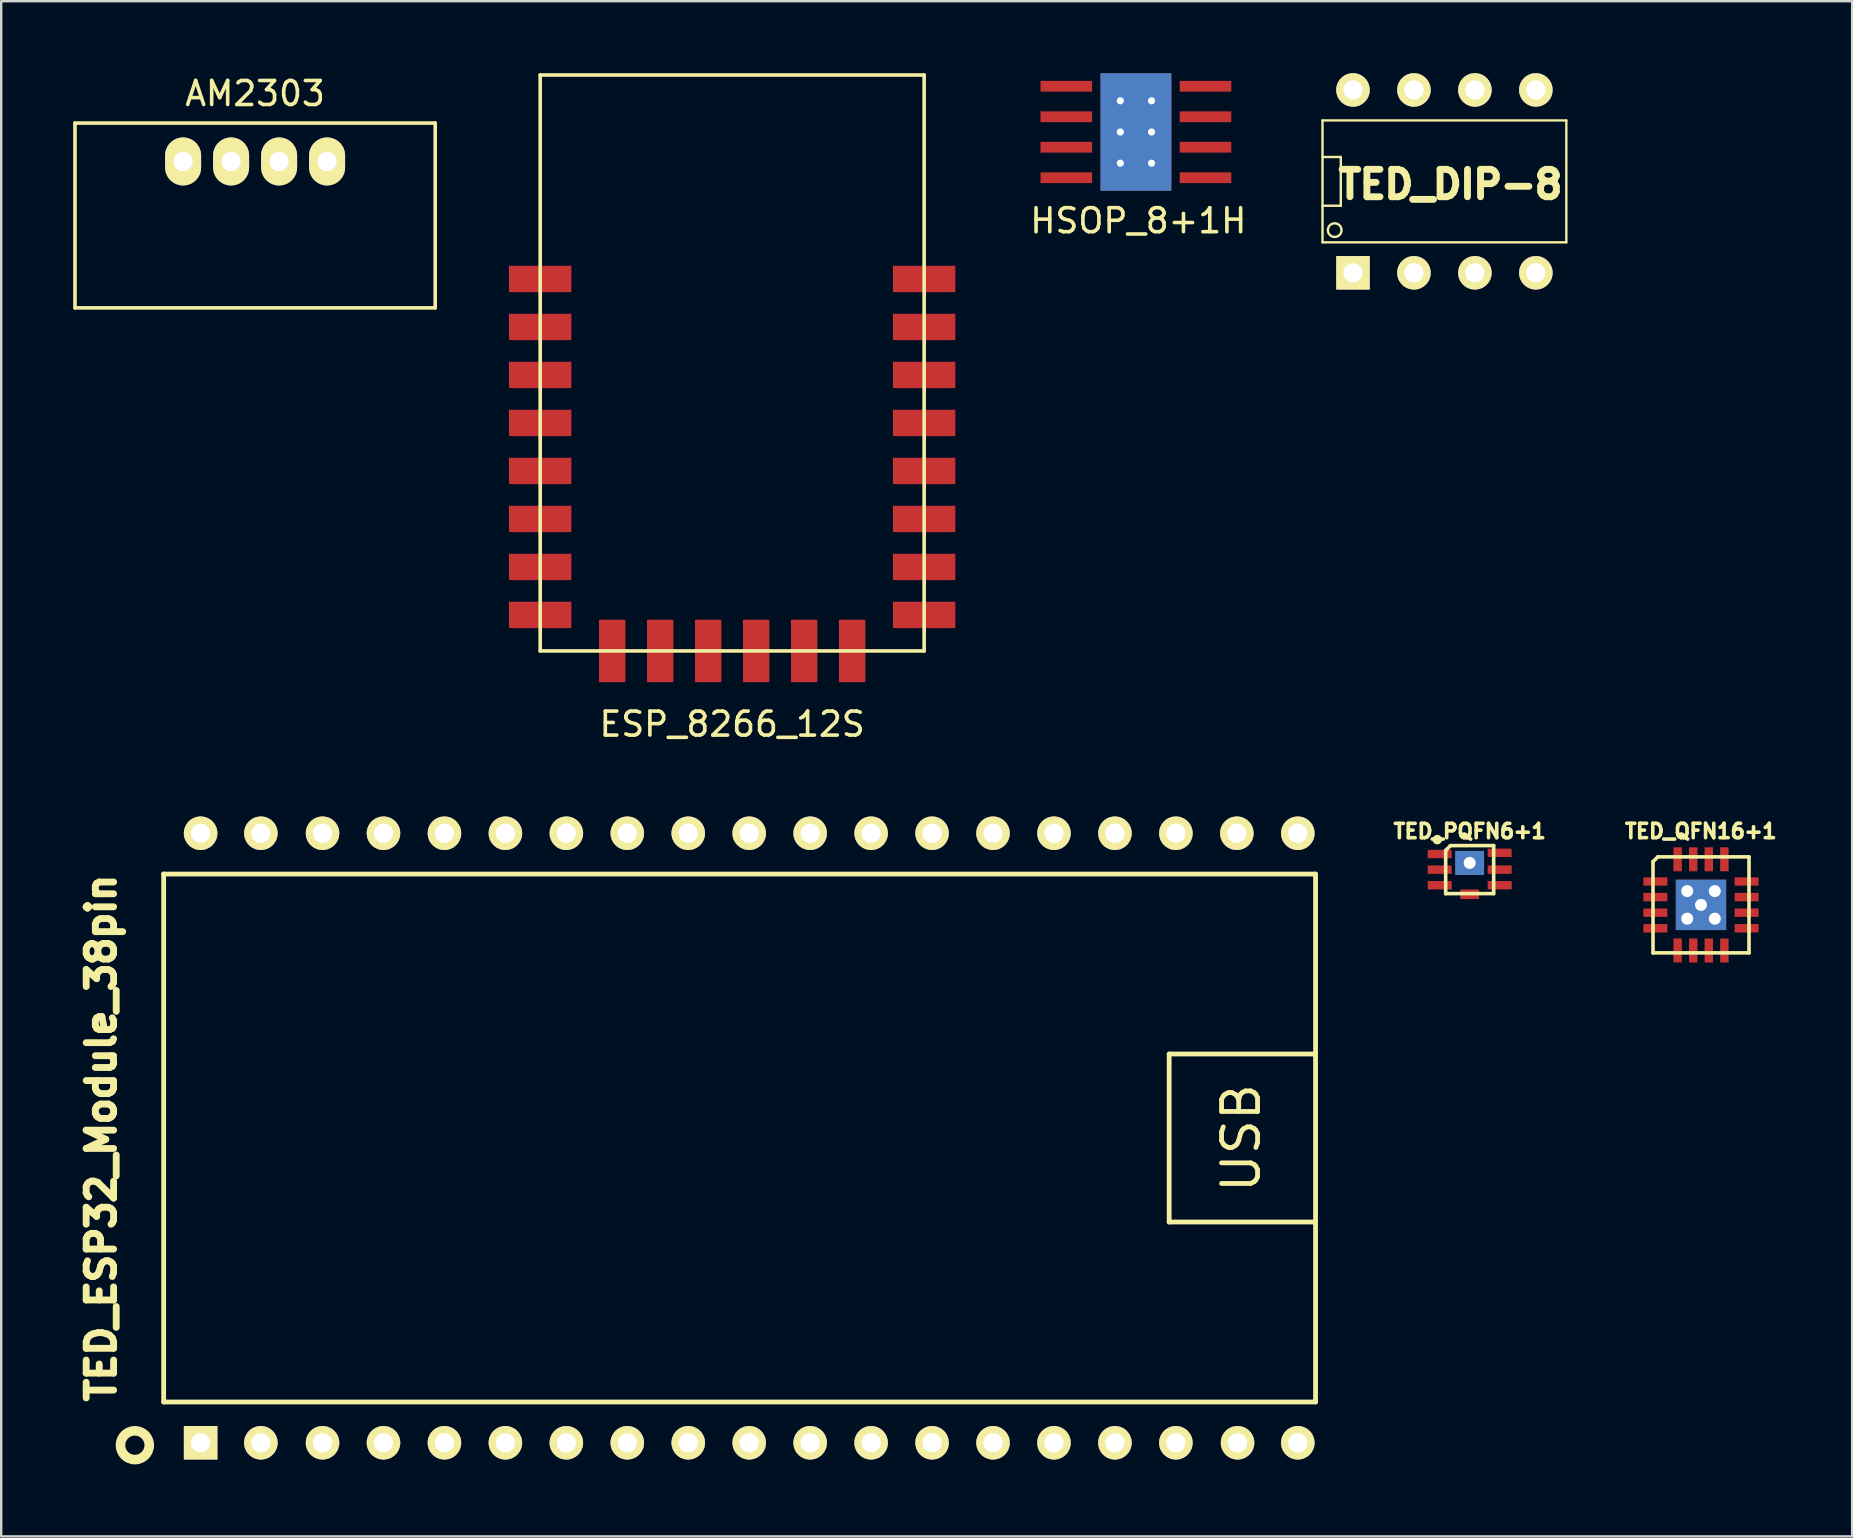
<source format=kicad_pcb>
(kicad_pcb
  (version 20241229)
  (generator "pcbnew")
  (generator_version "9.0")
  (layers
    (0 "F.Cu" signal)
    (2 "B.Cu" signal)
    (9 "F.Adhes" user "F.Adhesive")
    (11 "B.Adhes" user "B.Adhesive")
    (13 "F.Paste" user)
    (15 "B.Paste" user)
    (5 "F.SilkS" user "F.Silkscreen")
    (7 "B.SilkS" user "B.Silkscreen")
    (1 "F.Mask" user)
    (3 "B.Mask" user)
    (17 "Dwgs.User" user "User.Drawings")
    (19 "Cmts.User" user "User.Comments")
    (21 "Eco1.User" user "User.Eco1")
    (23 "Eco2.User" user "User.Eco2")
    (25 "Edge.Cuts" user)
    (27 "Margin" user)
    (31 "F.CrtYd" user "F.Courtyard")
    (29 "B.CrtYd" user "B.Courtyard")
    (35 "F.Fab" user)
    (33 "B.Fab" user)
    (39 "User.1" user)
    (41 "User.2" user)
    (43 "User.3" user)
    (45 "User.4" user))
  (footprint "TED_ESP32_Module_38pin"
    (layer "F.Cu")
    (at 28.17 44.372)
    (property "Reference" "TED_ESP32_Module_38pin" (at -27 0 90) (layer "F.SilkS") (effects (font (size 1.143 1.143) (thickness 0.286))))
    (attr through_hole)
    (fp_line (start -24.4 -11) (end 23.6 -11) (stroke (width 0.2) (type solid)) (layer "F.SilkS"))
    (fp_line (start -24.4 11) (end -24.4 -11) (stroke (width 0.2) (type solid)) (layer "F.SilkS"))
    (fp_line (start 17.5 -3.5) (end 17.5 3.5) (stroke (width 0.2) (type solid)) (layer "F.SilkS"))
    (fp_line (start 17.5 3.5) (end 23.5 3.5) (stroke (width 0.2) (type solid)) (layer "F.SilkS"))
    (fp_line (start 23.5 -3.5) (end 17.5 -3.5) (stroke (width 0.2) (type solid)) (layer "F.SilkS"))
    (fp_line (start 23.6 -11) (end 23.6 11) (stroke (width 0.2) (type solid)) (layer "F.SilkS"))
    (fp_line (start 23.6 11) (end -24.4 11) (stroke (width 0.2) (type solid)) (layer "F.SilkS"))
    (fp_circle (center -25.6 12.8) (end -25 12.8) (stroke (width 0.4) (type solid)) (fill no) (layer "F.SilkS"))
    (fp_text user "USB" (at 20.5 0 90) (layer "F.SilkS") (effects (font (size 1.5 1.5) (thickness 0.2))))
    (pad "1" thru_hole rect (at -22.86 12.7) (size 1.397 1.397) (drill 0.8) (layers "*.Cu" "*.Mask" "F.SilkS"))
    (pad "2" thru_hole circle (at -20.35 12.7) (size 1.397 1.397) (drill 0.8) (layers "*.Cu" "*.Mask" "F.SilkS"))
    (pad "3" thru_hole circle (at -17.78 12.7) (size 1.397 1.397) (drill 0.8) (layers "*.Cu" "*.Mask" "F.SilkS"))
    (pad "4" thru_hole circle (at -15.24 12.7) (size 1.397 1.397) (drill 0.8) (layers "*.Cu" "*.Mask" "F.SilkS"))
    (pad "5" thru_hole circle (at -12.7 12.7) (size 1.397 1.397) (drill 0.8) (layers "*.Cu" "*.Mask" "F.SilkS"))
    (pad "6" thru_hole circle (at -10.16 12.7) (size 1.397 1.397) (drill 0.8) (layers "*.Cu" "*.Mask" "F.SilkS"))
    (pad "7" thru_hole circle (at -7.62 12.7) (size 1.397 1.397) (drill 0.8) (layers "*.Cu" "*.Mask" "F.SilkS"))
    (pad "8" thru_hole circle (at -5.08 12.7) (size 1.397 1.397) (drill 0.8) (layers "*.Cu" "*.Mask" "F.SilkS"))
    (pad "9" thru_hole circle (at -2.54 12.7) (size 1.397 1.397) (drill 0.8) (layers "*.Cu" "*.Mask" "F.SilkS"))
    (pad "10" thru_hole circle (at 0 12.7) (size 1.397 1.397) (drill 0.8) (layers "*.Cu" "*.Mask" "F.SilkS"))
    (pad "11" thru_hole circle (at 2.54 12.7) (size 1.397 1.397) (drill 0.8) (layers "*.Cu" "*.Mask" "F.SilkS"))
    (pad "12" thru_hole circle (at 5.08 12.7) (size 1.397 1.397) (drill 0.8) (layers "*.Cu" "*.Mask" "F.SilkS"))
    (pad "13" thru_hole circle (at 7.62 12.7) (size 1.397 1.397) (drill 0.8) (layers "*.Cu" "*.Mask" "F.SilkS"))
    (pad "14" thru_hole circle (at 10.16 12.7) (size 1.397 1.397) (drill 0.8) (layers "*.Cu" "*.Mask" "F.SilkS"))
    (pad "15" thru_hole circle (at 12.7 12.7) (size 1.397 1.397) (drill 0.8) (layers "*.Cu" "*.Mask" "F.SilkS"))
    (pad "16" thru_hole circle (at 15.24 12.7) (size 1.397 1.397) (drill 0.8) (layers "*.Cu" "*.Mask" "F.SilkS"))
    (pad "17" thru_hole circle (at 17.78 12.7) (size 1.397 1.397) (drill 0.8) (layers "*.Cu" "*.Mask" "F.SilkS"))
    (pad "18" thru_hole circle (at 20.35 12.7) (size 1.397 1.397) (drill 0.8) (layers "*.Cu" "*.Mask" "F.SilkS"))
    (pad "19" thru_hole circle (at 22.86 12.7) (size 1.397 1.397) (drill 0.8) (layers "*.Cu" "*.Mask" "F.SilkS"))
    (pad "20" thru_hole circle (at 22.86 -12.7) (size 1.397 1.397) (drill 0.8) (layers "*.Cu" "*.Mask" "F.SilkS"))
    (pad "21" thru_hole circle (at 20.32 -12.7) (size 1.397 1.397) (drill 0.8) (layers "*.Cu" "*.Mask" "F.SilkS"))
    (pad "22" thru_hole circle (at 17.78 -12.7) (size 1.397 1.397) (drill 0.8) (layers "*.Cu" "*.Mask" "F.SilkS"))
    (pad "23" thru_hole circle (at 15.24 -12.7) (size 1.397 1.397) (drill 0.8) (layers "*.Cu" "*.Mask" "F.SilkS"))
    (pad "24" thru_hole circle (at 12.7 -12.7) (size 1.397 1.397) (drill 0.8) (layers "*.Cu" "*.Mask" "F.SilkS"))
    (pad "25" thru_hole circle (at 10.16 -12.7) (size 1.397 1.397) (drill 0.8) (layers "*.Cu" "*.Mask" "F.SilkS"))
    (pad "26" thru_hole circle (at 7.62 -12.7) (size 1.397 1.397) (drill 0.8) (layers "*.Cu" "*.Mask" "F.SilkS"))
    (pad "27" thru_hole circle (at 5.08 -12.7) (size 1.397 1.397) (drill 0.8) (layers "*.Cu" "*.Mask" "F.SilkS"))
    (pad "28" thru_hole circle (at 2.54 -12.7) (size 1.397 1.397) (drill 0.8) (layers "*.Cu" "*.Mask" "F.SilkS"))
    (pad "29" thru_hole circle (at 0 -12.7) (size 1.397 1.397) (drill 0.8) (layers "*.Cu" "*.Mask" "F.SilkS"))
    (pad "30" thru_hole circle (at -2.54 -12.7) (size 1.397 1.397) (drill 0.8) (layers "*.Cu" "*.Mask" "F.SilkS"))
    (pad "31" thru_hole circle (at -5.08 -12.7) (size 1.397 1.397) (drill 0.8) (layers "*.Cu" "*.Mask" "F.SilkS"))
    (pad "32" thru_hole circle (at -7.62 -12.7) (size 1.397 1.397) (drill 0.8) (layers "*.Cu" "*.Mask" "F.SilkS"))
    (pad "33" thru_hole circle (at -10.16 -12.7) (size 1.397 1.397) (drill 0.8) (layers "*.Cu" "*.Mask" "F.SilkS"))
    (pad "34" thru_hole circle (at -12.7 -12.7) (size 1.397 1.397) (drill 0.8) (layers "*.Cu" "*.Mask" "F.SilkS"))
    (pad "35" thru_hole circle (at -15.24 -12.7) (size 1.397 1.397) (drill 0.8) (layers "*.Cu" "*.Mask" "F.SilkS"))
    (pad "36" thru_hole circle (at -17.78 -12.7) (size 1.397 1.397) (drill 0.8) (layers "*.Cu" "*.Mask" "F.SilkS"))
    (pad "37" thru_hole circle (at -20.35 -12.7) (size 1.397 1.397) (drill 0.8) (layers "*.Cu" "*.Mask" "F.SilkS"))
    (pad "38" thru_hole circle (at -22.86 -12.7) (size 1.397 1.397) (drill 0.8) (layers "*.Cu" "*.Mask" "F.SilkS")))
  (footprint "HSOP_8+1H"
    (layer "F.Cu")
    (at 44.285 2.45)
    (property "Reference" "HSOP_8+1H" (at 0.1 3.7 0) (layer "F.SilkS") (effects (font (size 1 1) (thickness 0.15))))
    (attr through_hole)
    (pad "1" smd rect (at -2.9 -1.905) (size 2.15 0.45) (layers "F.Cu" "F.Mask" "F.Paste"))
    (pad "2" smd rect (at -2.9 -0.635) (size 2.15 0.45) (layers "F.Cu" "F.Mask" "F.Paste"))
    (pad "3" smd rect (at -2.9 0.635) (size 2.15 0.45) (layers "F.Cu" "F.Mask" "F.Paste"))
    (pad "4" smd rect (at -2.9 1.905) (size 2.15 0.45) (layers "F.Cu" "F.Mask" "F.Paste"))
    (pad "5" smd rect (at 2.9 1.905) (size 2.15 0.45) (layers "F.Cu" "F.Mask" "F.Paste"))
    (pad "6" smd rect (at 2.9 0.635) (size 2.15 0.45) (layers "F.Cu" "F.Mask" "F.Paste"))
    (pad "7" smd rect (at 2.9 -0.635) (size 2.15 0.45) (layers "F.Cu" "F.Mask" "F.Paste"))
    (pad "8" smd rect (at 2.9 -1.905) (size 2.15 0.45) (layers "F.Cu" "F.Mask" "F.Paste"))
    (pad "9" thru_hole circle (at -0.65 -1.3) (size 0.3 0.3) (drill 0.3) (layers "*.Cu" "*.Mask"))
    (pad "9" thru_hole circle (at -0.65 0) (size 0.3 0.3) (drill 0.3) (layers "*.Cu" "*.Mask"))
    (pad "9" thru_hole circle (at -0.65 1.3) (size 0.3 0.3) (drill 0.3) (layers "*.Cu" "*.Mask"))
    (pad "9" smd rect (at 0 0) (size 2.4 3.1) (layers "F.Cu" "F.Mask" "F.Paste"))
    (pad "9" smd rect (at 0 0) (size 2.4 3.1) (layers "B.Cu" "B.Mask" "B.Paste"))
    (pad "9" smd rect (at 0 0) (size 2.95 4.9) (layers "F.Cu"))
    (pad "9" smd rect (at 0 0) (size 2.95 4.9) (layers "B.Cu"))
    (pad "9" thru_hole circle (at 0.65 -1.3) (size 0.3 0.3) (drill 0.3) (layers "*.Cu" "*.Mask"))
    (pad "9" thru_hole circle (at 0.65 0) (size 0.3 0.3) (drill 0.3) (layers "*.Cu" "*.Mask"))
    (pad "9" thru_hole circle (at 0.65 1.3) (size 0.3 0.3) (drill 0.3) (layers "*.Cu" "*.Mask")))
  (footprint "AM2303"
    (layer "F.Cu")
    (at 7.58 5.928)
    (property "Reference" "AM2303" (at 0 -5.08 0) (layer "F.SilkS") (effects (font (size 1 1) (thickness 0.15))))
    (attr through_hole)
    (fp_line (start -7.505 3.85) (end -7.505 -3.85) (stroke (width 0.15) (type solid)) (layer "F.SilkS"))
    (fp_line (start 7.505 -3.85) (end -7.505 -3.85) (stroke (width 0.15) (type solid)) (layer "F.SilkS"))
    (fp_line (start 7.505 -3.85) (end 7.505 3.85) (stroke (width 0.15) (type solid)) (layer "F.SilkS"))
    (fp_line (start 7.505 3.85) (end -7.505 3.85) (stroke (width 0.15) (type solid)) (layer "F.SilkS"))
    (pad "1" thru_hole oval (at -3 -2.25 90) (size 2 1.5) (drill 0.8) (layers "*.Cu" "*.Mask" "F.SilkS"))
    (pad "2" thru_hole oval (at -1 -2.25 90) (size 2 1.5) (drill 0.8) (layers "*.Cu" "*.Mask" "F.SilkS"))
    (pad "3" thru_hole oval (at 1 -2.25 90) (size 2 1.5) (drill 0.8) (layers "*.Cu" "*.Mask" "F.SilkS"))
    (pad "4" thru_hole oval (at 3 -2.25 90) (size 2 1.5) (drill 0.8) (layers "*.Cu" "*.Mask" "F.SilkS")))
  (footprint "ESP_8266_12S"
    (layer "F.Cu")
    (at 27.46 12.075)
    (property "Reference" "ESP_8266_12S" (at 0 15.05 0) (layer "F.SilkS") (effects (font (size 1 1) (thickness 0.15))))
    (attr through_hole)
    (fp_line (start -8 -12) (end -8 12) (stroke (width 0.15) (type solid)) (layer "F.SilkS"))
    (fp_line (start -8 -12) (end 8 -12) (stroke (width 0.15) (type solid)) (layer "F.SilkS"))
    (fp_line (start -8 12) (end 8 12) (stroke (width 0.15) (type solid)) (layer "F.SilkS"))
    (fp_line (start 8 -12) (end 8 12) (stroke (width 0.15) (type solid)) (layer "F.SilkS"))
    (pad "1" smd rect (at -8 -3.5) (size 2.6 1.1) (layers "F.Cu" "F.Mask" "F.Paste"))
    (pad "2" smd rect (at -8 -1.5) (size 2.6 1.1) (layers "F.Cu" "F.Mask" "F.Paste"))
    (pad "3" smd rect (at -8 0.5) (size 2.6 1.1) (layers "F.Cu" "F.Mask" "F.Paste"))
    (pad "4" smd rect (at -8 2.5) (size 2.6 1.1) (layers "F.Cu" "F.Mask" "F.Paste"))
    (pad "5" smd rect (at -8 4.5) (size 2.6 1.1) (layers "F.Cu" "F.Mask" "F.Paste"))
    (pad "6" smd rect (at -8 6.5) (size 2.6 1.1) (layers "F.Cu" "F.Mask" "F.Paste"))
    (pad "7" smd rect (at -8 8.5) (size 2.6 1.1) (layers "F.Cu" "F.Mask" "F.Paste"))
    (pad "8" smd rect (at -8 10.5) (size 2.6 1.1) (layers "F.Cu" "F.Mask" "F.Paste"))
    (pad "9" smd rect (at -5 12) (size 1.1 2.6) (layers "F.Cu" "F.Mask" "F.Paste"))
    (pad "10" smd rect (at -3 12) (size 1.1 2.6) (layers "F.Cu" "F.Mask" "F.Paste"))
    (pad "11" smd rect (at -1 12) (size 1.1 2.6) (layers "F.Cu" "F.Mask" "F.Paste"))
    (pad "12" smd rect (at 1 12) (size 1.1 2.6) (layers "F.Cu" "F.Mask" "F.Paste"))
    (pad "13" smd rect (at 3 12) (size 1.1 2.6) (layers "F.Cu" "F.Mask" "F.Paste"))
    (pad "14" smd rect (at 5 12) (size 1.1 2.6) (layers "F.Cu" "F.Mask" "F.Paste"))
    (pad "15" smd rect (at 8 10.5) (size 2.6 1.1) (layers "F.Cu" "F.Mask" "F.Paste"))
    (pad "16" smd rect (at 8 8.5) (size 2.6 1.1) (layers "F.Cu" "F.Mask" "F.Paste"))
    (pad "17" smd rect (at 8 6.5) (size 2.6 1.1) (layers "F.Cu" "F.Mask" "F.Paste"))
    (pad "18" smd rect (at 8 4.5) (size 2.6 1.1) (layers "F.Cu" "F.Mask" "F.Paste"))
    (pad "19" smd rect (at 8 2.5) (size 2.6 1.1) (layers "F.Cu" "F.Mask" "F.Paste"))
    (pad "20" smd rect (at 8 0.5) (size 2.6 1.1) (layers "F.Cu" "F.Mask" "F.Paste"))
    (pad "21" smd rect (at 8 -1.5) (size 2.6 1.1) (layers "F.Cu" "F.Mask" "F.Paste"))
    (pad "22" smd rect (at 8 -3.5) (size 2.6 1.1) (layers "F.Cu" "F.Mask" "F.Paste")))
  (footprint "TED_QFN16+1"
    (layer "F.Cu")
    (at 67.832 34.657)
    (property "Reference" "TED_QFN16+1" (at -0.01 -3.07 0) (layer "F.SilkS") (effects (font (size 0.6 0.6) (thickness 0.15))))
    (attr through_hole)
    (fp_line (start -2 -1.8) (end -2 2) (stroke (width 0.15) (type solid)) (layer "F.SilkS"))
    (fp_line (start -1.8 -2) (end -2 -1.8) (stroke (width 0.15) (type solid)) (layer "F.SilkS"))
    (fp_line (start -1.8 -2) (end 2 -2) (stroke (width 0.15) (type solid)) (layer "F.SilkS"))
    (fp_line (start 2 -2) (end 2 2) (stroke (width 0.15) (type solid)) (layer "F.SilkS"))
    (fp_line (start 2 2) (end -2 2) (stroke (width 0.15) (type solid)) (layer "F.SilkS"))
    (pad "1" smd rect (at -1.9 -0.975) (size 1 0.35) (layers "F.Cu" "F.Mask" "F.Paste"))
    (pad "2" smd rect (at -1.9 -0.325) (size 1 0.35) (layers "F.Cu" "F.Mask" "F.Paste"))
    (pad "3" smd rect (at -1.9 0.325) (size 1 0.35) (layers "F.Cu" "F.Mask" "F.Paste"))
    (pad "4" smd rect (at -1.9 0.975) (size 1 0.35) (layers "F.Cu" "F.Mask" "F.Paste"))
    (pad "5" smd rect (at -0.975 1.9 270) (size 1 0.35) (layers "F.Cu" "F.Mask" "F.Paste"))
    (pad "6" smd rect (at -0.325 1.9 270) (size 1 0.35) (layers "F.Cu" "F.Mask" "F.Paste"))
    (pad "7" smd rect (at 0.325 1.9 270) (size 1 0.35) (layers "F.Cu" "F.Mask" "F.Paste"))
    (pad "8" smd rect (at 0.975 1.9 270) (size 1 0.35) (layers "F.Cu" "F.Mask" "F.Paste"))
    (pad "9" smd rect (at 1.9 0.975) (size 1 0.35) (layers "F.Cu" "F.Mask" "F.Paste"))
    (pad "10" smd rect (at 1.9 0.325) (size 1 0.35) (layers "F.Cu" "F.Mask" "F.Paste"))
    (pad "11" smd rect (at 1.9 -0.325) (size 1 0.35) (layers "F.Cu" "F.Mask" "F.Paste"))
    (pad "12" smd rect (at 1.9 -0.975) (size 1 0.35) (layers "F.Cu" "F.Mask" "F.Paste"))
    (pad "13" smd rect (at 0.975 -1.9 270) (size 1 0.35) (layers "F.Cu" "F.Mask" "F.Paste"))
    (pad "14" smd rect (at 0.325 -1.9 270) (size 1 0.35) (layers "F.Cu" "F.Mask" "F.Paste"))
    (pad "15" smd rect (at -0.325 -1.9 270) (size 1 0.35) (layers "F.Cu" "F.Mask" "F.Paste"))
    (pad "16" smd rect (at -0.975 -1.9 270) (size 1 0.35) (layers "F.Cu" "F.Mask" "F.Paste"))
    (pad "17" thru_hole circle (at -0.575 -0.575 270) (size 0.5 0.5) (drill 0.5) (layers "*.Cu"))
    (pad "17" thru_hole circle (at -0.575 0.575 270) (size 0.5 0.5) (drill 0.5) (layers "*.Cu"))
    (pad "17" thru_hole circle (at 0 0 270) (size 0.5 0.5) (drill 0.5) (layers "*.Cu"))
    (pad "17" smd rect (at 0 0 270) (size 2.1 2.1) (layers "F.Cu" "F.Mask" "F.Paste"))
    (pad "17" smd rect (at 0 0 270) (size 2.1 2.1) (layers "B.Cu" "B.Mask" "B.Paste"))
    (pad "17" thru_hole circle (at 0.575 -0.575 270) (size 0.5 0.5) (drill 0.5) (layers "*.Cu"))
    (pad "17" thru_hole circle (at 0.575 0.575 270) (size 0.5 0.5) (drill 0.5) (layers "*.Cu")))
  (footprint "TED_PQFN6+1"
    (layer "F.Cu")
    (at 58.192 33.188)
    (property "Reference" "TED_PQFN6+1" (at 0 -1.6 0) (layer "F.SilkS") (effects (font (size 0.6 0.6) (thickness 0.15))))
    (attr through_hole)
    (fp_line (start -1 -0.8) (end -1 1) (stroke (width 0.15) (type solid)) (layer "F.SilkS"))
    (fp_line (start -0.8 -1) (end -1 -0.8) (stroke (width 0.15) (type solid)) (layer "F.SilkS"))
    (fp_line (start -0.8 -1) (end 1 -1) (stroke (width 0.15) (type solid)) (layer "F.SilkS"))
    (fp_line (start 1 -1) (end 1 1) (stroke (width 0.15) (type solid)) (layer "F.SilkS"))
    (fp_line (start 1 1) (end -1 1) (stroke (width 0.15) (type solid)) (layer "F.SilkS"))
    (fp_circle (center -1.35 -1.25) (end -1.3 -1.25) (stroke (width 0.15) (type solid)) (fill no) (layer "F.SilkS"))
    (pad "1" smd rect (at -1.25 0.65) (size 1 0.35) (layers "F.Cu" "F.Mask" "F.Paste"))
    (pad "2" smd rect (at 0 1.027) (size 0.78 0.4) (layers "F.Cu" "F.Mask" "F.Paste"))
    (pad "2" smd rect (at 1.25 0.65) (size 1 0.35) (layers "F.Cu" "F.Mask" "F.Paste"))
    (pad "3" smd rect (at -1.25 -0.65) (size 1 0.35) (layers "F.Cu" "F.Mask" "F.Paste"))
    (pad "3" smd rect (at -1.25 0) (size 1 0.35) (layers "F.Cu" "F.Mask" "F.Paste"))
    (pad "3" thru_hole circle (at 0 -0.28 270) (size 0.5 0.5) (drill 0.5) (layers "*.Cu"))
    (pad "3" smd rect (at 0 -0.28) (size 1.2 1) (layers "F.Cu" "F.Mask" "F.Paste"))
    (pad "3" smd rect (at 0 -0.28) (size 1.2 1) (layers "B.Cu" "B.Mask" "B.Paste"))
    (pad "3" smd rect (at 1.25 -0.7) (size 1 0.35) (layers "F.Cu" "F.Mask" "F.Paste"))
    (pad "3" smd rect (at 1.25 0) (size 1 0.35) (layers "F.Cu" "F.Mask" "F.Paste")))
  (footprint "TED_DIP-8"
    (layer "F.Cu")
    (at 57.14 4.508)
    (property "Reference" "TED_DIP-8" (at 0.254 0.127 0) (layer "F.SilkS") (effects (font (size 1.143 1.143) (thickness 0.287))))
    (attr through_hole)
    (fp_line (start -5.08 -2.54) (end 5.08 -2.54) (stroke (width 0.099) (type solid)) (layer "F.SilkS"))
    (fp_line (start -5.08 -1.016) (end -4.318 -1.016) (stroke (width 0.099) (type solid)) (layer "F.SilkS"))
    (fp_line (start -5.08 2.54) (end -5.08 -2.54) (stroke (width 0.099) (type solid)) (layer "F.SilkS"))
    (fp_line (start -4.318 -1.016) (end -4.318 1.016) (stroke (width 0.099) (type solid)) (layer "F.SilkS"))
    (fp_line (start -4.318 1.016) (end -5.08 1.016) (stroke (width 0.099) (type solid)) (layer "F.SilkS"))
    (fp_line (start 5.08 -2.54) (end 5.08 2.54) (stroke (width 0.099) (type solid)) (layer "F.SilkS"))
    (fp_line (start 5.08 2.54) (end -5.08 2.54) (stroke (width 0.099) (type solid)) (layer "F.SilkS"))
    (fp_circle (center -4.572 2.032) (end -4.318 2.159) (stroke (width 0.099) (type solid)) (fill no) (layer "F.SilkS"))
    (pad "1" thru_hole rect (at -3.81 3.81) (size 1.397 1.397) (drill 0.8) (layers "*.Cu" "*.Mask" "F.SilkS"))
    (pad "2" thru_hole circle (at -1.27 3.81) (size 1.397 1.397) (drill 0.8) (layers "*.Cu" "*.Mask" "F.SilkS"))
    (pad "3" thru_hole circle (at 1.27 3.81) (size 1.397 1.397) (drill 0.8) (layers "*.Cu" "*.Mask" "F.SilkS"))
    (pad "4" thru_hole circle (at 3.81 3.81) (size 1.397 1.397) (drill 0.8) (layers "*.Cu" "*.Mask" "F.SilkS"))
    (pad "5" thru_hole circle (at 3.81 -3.81) (size 1.397 1.397) (drill 0.8) (layers "*.Cu" "*.Mask" "F.SilkS"))
    (pad "6" thru_hole circle (at 1.27 -3.81) (size 1.397 1.397) (drill 0.8) (layers "*.Cu" "*.Mask" "F.SilkS"))
    (pad "7" thru_hole circle (at -1.27 -3.81) (size 1.397 1.397) (drill 0.8) (layers "*.Cu" "*.Mask" "F.SilkS"))
    (pad "8" thru_hole circle (at -3.81 -3.81) (size 1.397 1.397) (drill 0.8) (layers "*.Cu" "*.Mask" "F.SilkS")))
  (gr_rect
    (start -3 -3)
    (end 74.13 60.972)
    (stroke (width 0.1) (type default))
    (fill no)
    (layer "Edge.Cuts")))
</source>
